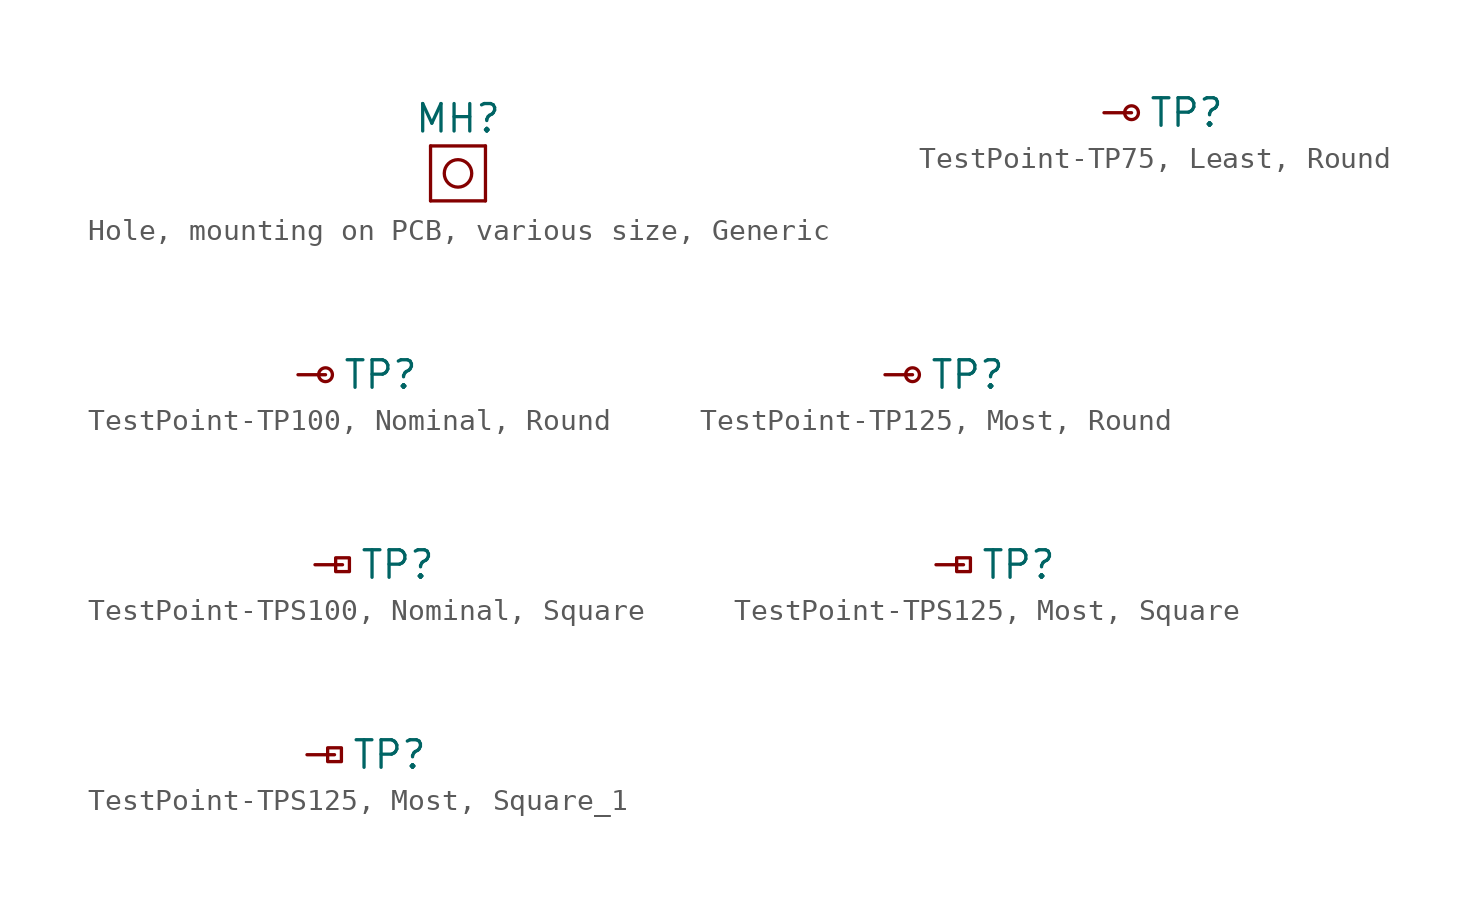
<source format=kicad_sym>
(kicad_symbol_lib
  (version 20241209)
  (generator "kicad_symbol_editor")
  (generator_version "9.0")
  (symbol "Hole, mounting on PCB, various size, Generic"
    (pin_numbers
      (hide yes))
    (pin_names
      (offset 0)
      (hide yes))
    (property "Reference" "MH"
      (at 0 2.54 0)
      (do_not_autoplace)
      (effects (font (size 1.27 1.27))))
    (symbol "Hole, mounting on PCB, various size, Generic_0_1"
      (polyline (pts (xy -1.27 -1.27) (xy -1.27 1.27)) (stroke (width 0) (type default)) (fill (type none)))
      (circle (center 0 0) (radius 0.635) (stroke (width 0) (type default)) (fill (type none)))
      (polyline (pts (xy 1.27 1.27) (xy -1.27 1.27)) (stroke (width 0) (type default)) (fill (type none)))
      (polyline (pts (xy 1.27 -1.27) (xy -1.27 -1.27)) (stroke (width 0) (type default)) (fill (type none)))
      (polyline (pts (xy 1.27 -1.27) (xy 1.27 1.27)) (stroke (width 0) (type default)) (fill (type none)))))
  (symbol "TestPoint-TP75, Least, Round"
    (pin_numbers
      (hide yes))
    (pin_names
      (offset 1.016)
      (hide yes))
    (property "Reference" "TP"
      (at 3.81 0 0)
      (effects (font (size 1.27 1.27))))
    (symbol "TestPoint-TP75, Least, Round_0_1"
      (circle (center 1.27 0) (radius 0.318) (stroke (width 0) (type default)) (fill (type none))))
    (symbol "TestPoint-TP75, Least, Round_1_1"
      (pin passive line (at 0 0 0) (length 1.27) (name "1" (effects (font (size 1.27 1.27)))) (number "1" (effects (font (size 1.27 1.27)))))))
  (symbol "TestPoint-TP100, Nominal, Round"
    (pin_numbers
      (hide yes))
    (pin_names
      (offset 1.016)
      (hide yes))
    (property "Reference" "TP"
      (at 3.81 0 0)
      (effects (font (size 1.27 1.27))))
    (symbol "TestPoint-TP100, Nominal, Round_0_1"
      (circle (center 1.27 0) (radius 0.318) (stroke (width 0) (type default)) (fill (type none))))
    (symbol "TestPoint-TP100, Nominal, Round_1_1"
      (pin passive line (at 0 0 0) (length 1.27) (name "1" (effects (font (size 1.27 1.27)))) (number "1" (effects (font (size 1.27 1.27)))))))
  (symbol "TestPoint-TP125, Most, Round"
    (pin_numbers
      (hide yes))
    (pin_names
      (offset 1.016)
      (hide yes))
    (property "Reference" "TP"
      (at 3.81 0 0)
      (effects (font (size 1.27 1.27))))
    (symbol "TestPoint-TP125, Most, Round_0_1"
      (circle (center 1.27 0) (radius 0.318) (stroke (width 0) (type default)) (fill (type none))))
    (symbol "TestPoint-TP125, Most, Round_1_1"
      (pin passive line (at 0 0 0) (length 1.27) (name "1" (effects (font (size 1.27 1.27)))) (number "1" (effects (font (size 1.27 1.27)))))))
  (symbol "TestPoint-TPS100, Nominal, Square"
    (pin_numbers
      (hide yes))
    (pin_names
      (offset 1.016)
      (hide yes))
    (property "Reference" "TP"
      (at 3.81 0 0)
      (effects (font (size 1.27 1.27))))
    (symbol "TestPoint-TPS100, Nominal, Square_0_1"
      (rectangle (start 0.953 0.318) (end 1.588 -0.318) (stroke (width 0) (type default)) (fill (type none))))
    (symbol "TestPoint-TPS100, Nominal, Square_1_1"
      (pin passive line (at 0 0 0) (length 1.27) (name "1" (effects (font (size 1.27 1.27)))) (number "1" (effects (font (size 1.27 1.27)))))))
  (symbol "TestPoint-TPS125, Most, Square"
    (pin_numbers
      (hide yes))
    (pin_names
      (offset 1.016)
      (hide yes))
    (property "Reference" "TP"
      (at 3.81 0 0)
      (effects (font (size 1.27 1.27))))
    (symbol "TestPoint-TPS125, Most, Square_0_1"
      (rectangle (start 0.953 0.318) (end 1.588 -0.318) (stroke (width 0) (type default)) (fill (type none))))
    (symbol "TestPoint-TPS125, Most, Square_1_1"
      (pin passive line (at 0 0 0) (length 1.27) (name "1" (effects (font (size 1.27 1.27)))) (number "1" (effects (font (size 1.27 1.27)))))))
  (symbol "TestPoint-TPS125, Most, Square_1"
    (pin_numbers
      (hide yes))
    (pin_names
      (offset 1.016)
      (hide yes))
    (property "Reference" "TP"
      (at 3.81 0 0)
      (effects (font (size 1.27 1.27))))
    (symbol "TestPoint-TPS125, Most, Square_1_0_1"
      (rectangle (start 0.953 0.318) (end 1.588 -0.318) (stroke (width 0) (type default)) (fill (type none))))
    (symbol "TestPoint-TPS125, Most, Square_1_1_1"
      (pin passive line (at 0 0 0) (length 1.27) (name "1" (effects (font (size 1.27 1.27)))) (number "1" (effects (font (size 1.27 1.27))))))))
</source>
